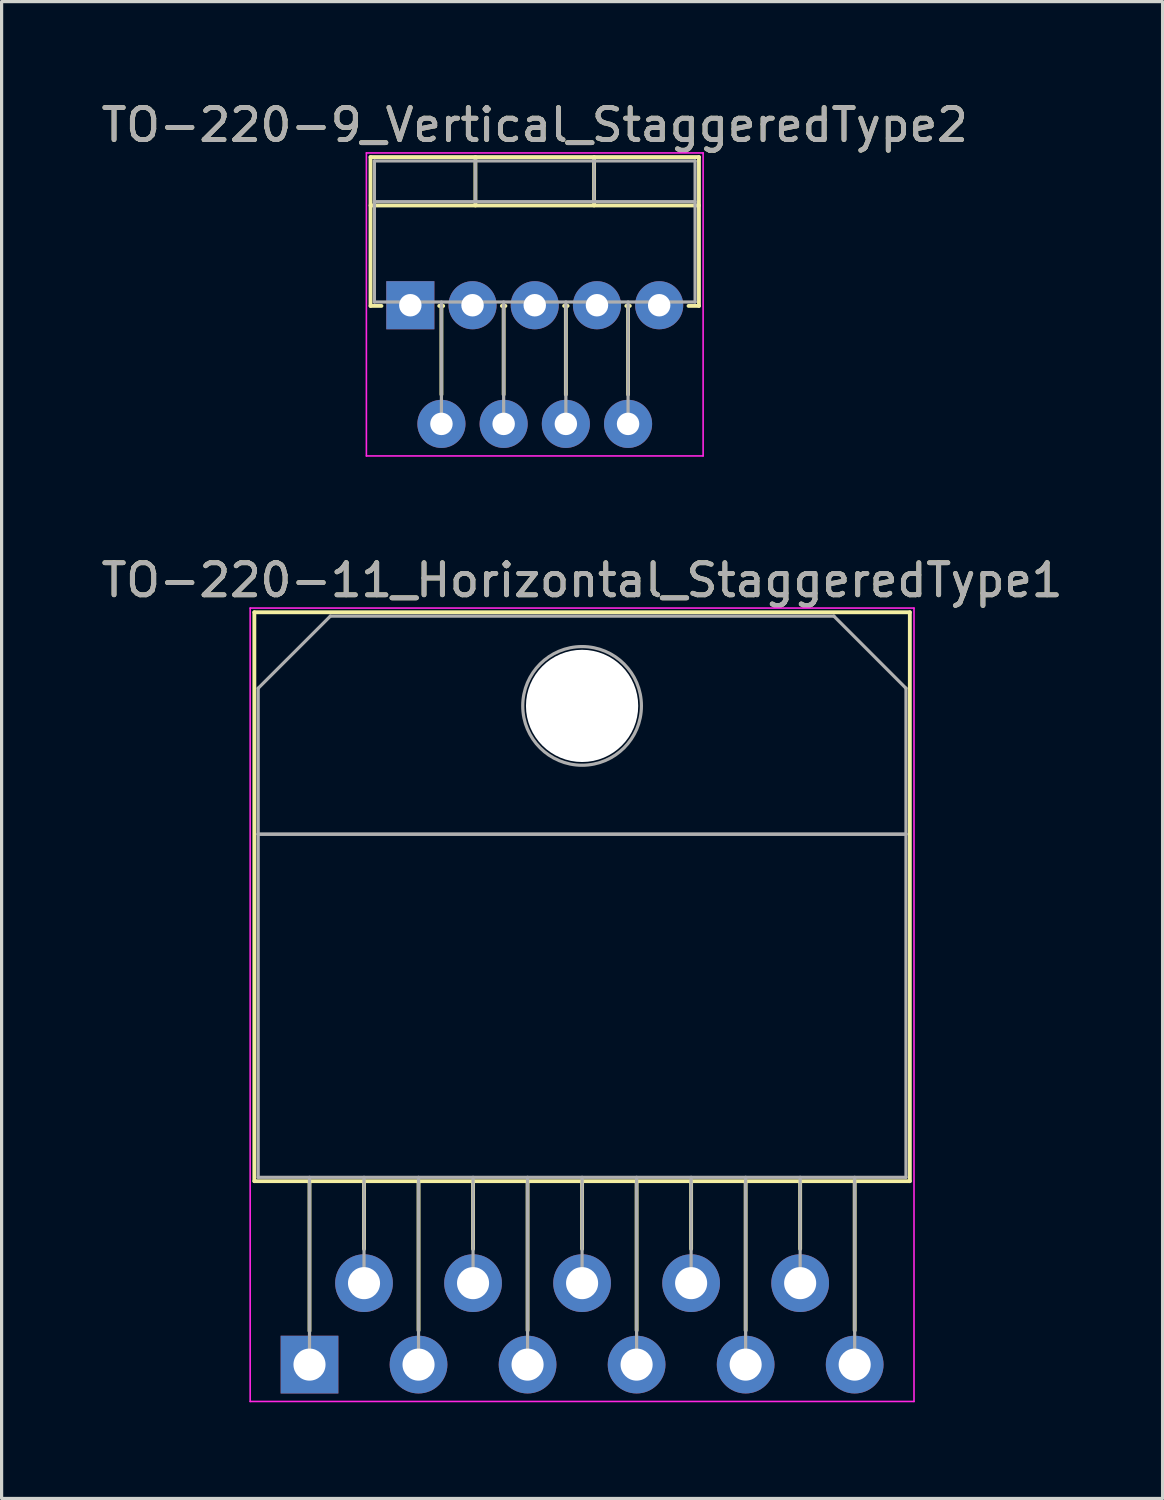
<source format=kicad_pcb>
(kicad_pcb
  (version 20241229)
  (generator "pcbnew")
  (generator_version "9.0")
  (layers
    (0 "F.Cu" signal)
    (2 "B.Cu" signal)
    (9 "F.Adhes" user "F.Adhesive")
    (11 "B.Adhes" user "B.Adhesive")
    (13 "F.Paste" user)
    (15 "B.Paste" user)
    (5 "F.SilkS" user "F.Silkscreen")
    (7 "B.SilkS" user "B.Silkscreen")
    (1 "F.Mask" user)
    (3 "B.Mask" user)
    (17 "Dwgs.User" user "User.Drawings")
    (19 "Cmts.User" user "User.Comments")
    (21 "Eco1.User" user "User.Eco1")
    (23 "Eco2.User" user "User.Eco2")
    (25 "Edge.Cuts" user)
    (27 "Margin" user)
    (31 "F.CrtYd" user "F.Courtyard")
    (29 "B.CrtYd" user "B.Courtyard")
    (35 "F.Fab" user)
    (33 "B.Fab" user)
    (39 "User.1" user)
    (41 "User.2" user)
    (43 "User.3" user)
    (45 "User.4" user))
  (footprint "TO-220-9_Vertical_StaggeredType2"
    (layer "F.Cu")
    (at 9.745 6.468)
    (property "Reference" "TO-220-9_Vertical_StaggeredType2" (at 3.88 -5.62 0) (layer "F.SilkS") (effects (font (size 1 1) (thickness 0.15))))
    (attr through_hole)
    (fp_line (start -1.241 -4.62) (end -1.241 0.021) (stroke (width 0.12) (type solid)) (layer "F.SilkS"))
    (fp_line (start -1.241 -4.62) (end 9 -4.62) (stroke (width 0.12) (type solid)) (layer "F.SilkS"))
    (fp_line (start -1.241 -3.111) (end 9 -3.111) (stroke (width 0.12) (type solid)) (layer "F.SilkS"))
    (fp_line (start -1.241 0.021) (end -0.9 0.021) (stroke (width 0.12) (type solid)) (layer "F.SilkS"))
    (fp_line (start 0.9 0.021) (end 1.025 0.021) (stroke (width 0.12) (type solid)) (layer "F.SilkS"))
    (fp_line (start 0.97 0.021) (end 0.97 2.785) (stroke (width 0.12) (type solid)) (layer "F.SilkS"))
    (fp_line (start 2.03 -4.62) (end 2.03 -3.111) (stroke (width 0.12) (type solid)) (layer "F.SilkS"))
    (fp_line (start 2.855 0.021) (end 2.965 0.021) (stroke (width 0.12) (type solid)) (layer "F.SilkS"))
    (fp_line (start 2.91 0.021) (end 2.91 2.785) (stroke (width 0.12) (type solid)) (layer "F.SilkS"))
    (fp_line (start 4.795 0.021) (end 4.905 0.021) (stroke (width 0.12) (type solid)) (layer "F.SilkS"))
    (fp_line (start 4.85 0.021) (end 4.85 2.785) (stroke (width 0.12) (type solid)) (layer "F.SilkS"))
    (fp_line (start 5.73 -4.62) (end 5.73 -3.111) (stroke (width 0.12) (type solid)) (layer "F.SilkS"))
    (fp_line (start 6.735 0.021) (end 6.845 0.021) (stroke (width 0.12) (type solid)) (layer "F.SilkS"))
    (fp_line (start 6.79 0.021) (end 6.79 2.785) (stroke (width 0.12) (type solid)) (layer "F.SilkS"))
    (fp_line (start 8.675 0.021) (end 9 0.021) (stroke (width 0.12) (type solid)) (layer "F.SilkS"))
    (fp_line (start 9 -4.62) (end 9 0.021) (stroke (width 0.12) (type solid)) (layer "F.SilkS"))
    (fp_line (start -1.37 -4.75) (end -1.37 4.7) (stroke (width 0.05) (type solid)) (layer "F.CrtYd"))
    (fp_line (start -1.37 4.7) (end 9.13 4.7) (stroke (width 0.05) (type solid)) (layer "F.CrtYd"))
    (fp_line (start 9.13 -4.75) (end -1.37 -4.75) (stroke (width 0.05) (type solid)) (layer "F.CrtYd"))
    (fp_line (start 9.13 4.7) (end 9.13 -4.75) (stroke (width 0.05) (type solid)) (layer "F.CrtYd"))
    (fp_line (start -1.12 -4.5) (end -1.12 -0.1) (stroke (width 0.1) (type solid)) (layer "F.Fab"))
    (fp_line (start -1.12 -3.23) (end 8.88 -3.23) (stroke (width 0.1) (type solid)) (layer "F.Fab"))
    (fp_line (start -1.12 -0.1) (end 8.88 -0.1) (stroke (width 0.1) (type solid)) (layer "F.Fab"))
    (fp_line (start 0 -0.1) (end 0 0) (stroke (width 0.1) (type solid)) (layer "F.Fab"))
    (fp_line (start 0.97 -0.1) (end 0.97 3.7) (stroke (width 0.1) (type solid)) (layer "F.Fab"))
    (fp_line (start 1.94 -0.1) (end 1.94 0) (stroke (width 0.1) (type solid)) (layer "F.Fab"))
    (fp_line (start 2.03 -4.5) (end 2.03 -3.23) (stroke (width 0.1) (type solid)) (layer "F.Fab"))
    (fp_line (start 2.91 -0.1) (end 2.91 3.7) (stroke (width 0.1) (type solid)) (layer "F.Fab"))
    (fp_line (start 3.88 -0.1) (end 3.88 0) (stroke (width 0.1) (type solid)) (layer "F.Fab"))
    (fp_line (start 4.85 -0.1) (end 4.85 3.7) (stroke (width 0.1) (type solid)) (layer "F.Fab"))
    (fp_line (start 5.73 -4.5) (end 5.73 -3.23) (stroke (width 0.1) (type solid)) (layer "F.Fab"))
    (fp_line (start 5.82 -0.1) (end 5.82 0) (stroke (width 0.1) (type solid)) (layer "F.Fab"))
    (fp_line (start 6.79 -0.1) (end 6.79 3.7) (stroke (width 0.1) (type solid)) (layer "F.Fab"))
    (fp_line (start 7.76 -0.1) (end 7.76 0) (stroke (width 0.1) (type solid)) (layer "F.Fab"))
    (fp_line (start 8.88 -4.5) (end -1.12 -4.5) (stroke (width 0.1) (type solid)) (layer "F.Fab"))
    (fp_line (start 8.88 -0.1) (end 8.88 -4.5) (stroke (width 0.1) (type solid)) (layer "F.Fab"))
    (fp_text user "${REFERENCE}" (at 3.88 -5.62 0) (layer "F.Fab") (effects (font (size 1 1) (thickness 0.15))))
    (pad "1" thru_hole rect (at 0 0) (size 1.5 1.5) (drill 0.7) (layers "*.Cu" "*.Mask"))
    (pad "2" thru_hole oval (at 0.97 3.7) (size 1.5 1.5) (drill 0.7) (layers "*.Cu" "*.Mask"))
    (pad "3" thru_hole oval (at 1.94 0) (size 1.5 1.5) (drill 0.7) (layers "*.Cu" "*.Mask"))
    (pad "4" thru_hole oval (at 2.91 3.7) (size 1.5 1.5) (drill 0.7) (layers "*.Cu" "*.Mask"))
    (pad "5" thru_hole oval (at 3.88 0) (size 1.5 1.5) (drill 0.7) (layers "*.Cu" "*.Mask"))
    (pad "6" thru_hole oval (at 4.85 3.7) (size 1.5 1.5) (drill 0.7) (layers "*.Cu" "*.Mask"))
    (pad "7" thru_hole oval (at 5.82 0) (size 1.5 1.5) (drill 0.7) (layers "*.Cu" "*.Mask"))
    (pad "8" thru_hole oval (at 6.79 3.7) (size 1.5 1.5) (drill 0.7) (layers "*.Cu" "*.Mask"))
    (pad "9" thru_hole oval (at 7.76 0) (size 1.5 1.5) (drill 0.7) (layers "*.Cu" "*.Mask")))
  (footprint "TO-220-11_Horizontal_StaggeredType1"
    (layer "F.Cu")
    (at 6.601 39.502)
    (property "Reference" "TO-220-11_Horizontal_StaggeredType1" (at 8.5 -24.46 0) (layer "F.SilkS") (effects (font (size 1 1) (thickness 0.15))))
    (attr through_hole)
    (fp_line (start -1.72 -23.46) (end -1.72 -5.72) (stroke (width 0.12) (type solid)) (layer "F.SilkS"))
    (fp_line (start -1.72 -23.46) (end 18.72 -23.46) (stroke (width 0.12) (type solid)) (layer "F.SilkS"))
    (fp_line (start -1.72 -5.72) (end 18.72 -5.72) (stroke (width 0.12) (type solid)) (layer "F.SilkS"))
    (fp_line (start 0 -5.72) (end 0 -1.05) (stroke (width 0.12) (type solid)) (layer "F.SilkS"))
    (fp_line (start 1.7 -5.72) (end 1.7 -3.606) (stroke (width 0.12) (type solid)) (layer "F.SilkS"))
    (fp_line (start 3.4 -5.72) (end 3.4 -1.065) (stroke (width 0.12) (type solid)) (layer "F.SilkS"))
    (fp_line (start 5.1 -5.72) (end 5.1 -3.606) (stroke (width 0.12) (type solid)) (layer "F.SilkS"))
    (fp_line (start 6.8 -5.72) (end 6.8 -1.065) (stroke (width 0.12) (type solid)) (layer "F.SilkS"))
    (fp_line (start 8.5 -5.72) (end 8.5 -3.606) (stroke (width 0.12) (type solid)) (layer "F.SilkS"))
    (fp_line (start 10.2 -5.72) (end 10.2 -1.065) (stroke (width 0.12) (type solid)) (layer "F.SilkS"))
    (fp_line (start 11.9 -5.72) (end 11.9 -3.606) (stroke (width 0.12) (type solid)) (layer "F.SilkS"))
    (fp_line (start 13.6 -5.72) (end 13.6 -1.065) (stroke (width 0.12) (type solid)) (layer "F.SilkS"))
    (fp_line (start 15.3 -5.72) (end 15.3 -3.606) (stroke (width 0.12) (type solid)) (layer "F.SilkS"))
    (fp_line (start 17 -5.72) (end 17 -1.065) (stroke (width 0.12) (type solid)) (layer "F.SilkS"))
    (fp_line (start 18.72 -23.46) (end 18.72 -5.72) (stroke (width 0.12) (type solid)) (layer "F.SilkS"))
    (fp_line (start -1.85 -23.59) (end -1.85 1.15) (stroke (width 0.05) (type solid)) (layer "F.CrtYd"))
    (fp_line (start -1.85 1.15) (end 18.85 1.15) (stroke (width 0.05) (type solid)) (layer "F.CrtYd"))
    (fp_line (start 18.85 -23.59) (end -1.85 -23.59) (stroke (width 0.05) (type solid)) (layer "F.CrtYd"))
    (fp_line (start 18.85 1.15) (end 18.85 -23.59) (stroke (width 0.05) (type solid)) (layer "F.CrtYd"))
    (fp_line (start -1.6 -21.09) (end 0.651 -23.34) (stroke (width 0.1) (type solid)) (layer "F.Fab"))
    (fp_line (start -1.6 -16.54) (end -1.6 -21.09) (stroke (width 0.1) (type solid)) (layer "F.Fab"))
    (fp_line (start -1.6 -16.54) (end 18.6 -16.54) (stroke (width 0.1) (type solid)) (layer "F.Fab"))
    (fp_line (start -1.6 -5.84) (end -1.6 -16.54) (stroke (width 0.1) (type solid)) (layer "F.Fab"))
    (fp_line (start 0 -5.84) (end 0 0) (stroke (width 0.1) (type solid)) (layer "F.Fab"))
    (fp_line (start 0.651 -23.34) (end 16.351 -23.34) (stroke (width 0.1) (type solid)) (layer "F.Fab"))
    (fp_line (start 1.7 -5.84) (end 1.7 -2.54) (stroke (width 0.1) (type solid)) (layer "F.Fab"))
    (fp_line (start 3.4 -5.84) (end 3.4 0) (stroke (width 0.1) (type solid)) (layer "F.Fab"))
    (fp_line (start 5.1 -5.84) (end 5.1 -2.54) (stroke (width 0.1) (type solid)) (layer "F.Fab"))
    (fp_line (start 6.8 -5.84) (end 6.8 0) (stroke (width 0.1) (type solid)) (layer "F.Fab"))
    (fp_line (start 8.5 -5.84) (end 8.5 -2.54) (stroke (width 0.1) (type solid)) (layer "F.Fab"))
    (fp_line (start 10.2 -5.84) (end 10.2 0) (stroke (width 0.1) (type solid)) (layer "F.Fab"))
    (fp_line (start 11.9 -5.84) (end 11.9 -2.54) (stroke (width 0.1) (type solid)) (layer "F.Fab"))
    (fp_line (start 13.6 -5.84) (end 13.6 0) (stroke (width 0.1) (type solid)) (layer "F.Fab"))
    (fp_line (start 15.3 -5.84) (end 15.3 -2.54) (stroke (width 0.1) (type solid)) (layer "F.Fab"))
    (fp_line (start 16.351 -23.34) (end 18.6 -21.09) (stroke (width 0.1) (type solid)) (layer "F.Fab"))
    (fp_line (start 17 -5.84) (end 17 0) (stroke (width 0.1) (type solid)) (layer "F.Fab"))
    (fp_line (start 18.6 -21.09) (end 18.6 -16.54) (stroke (width 0.1) (type solid)) (layer "F.Fab"))
    (fp_line (start 18.6 -16.54) (end -1.6 -16.54) (stroke (width 0.1) (type solid)) (layer "F.Fab"))
    (fp_line (start 18.6 -16.54) (end 18.6 -5.84) (stroke (width 0.1) (type solid)) (layer "F.Fab"))
    (fp_line (start 18.6 -5.84) (end -1.6 -5.84) (stroke (width 0.1) (type solid)) (layer "F.Fab"))
    (fp_circle (center 8.5 -20.54) (end 10.35 -20.54) (stroke (width 0.1) (type solid)) (fill no) (layer "F.Fab"))
    (fp_text user "${REFERENCE}" (at 8.5 -24.46 0) (layer "F.Fab") (effects (font (size 1 1) (thickness 0.15))))
    (pad "" np_thru_hole oval (at 8.5 -20.54) (size 3.5 3.5) (drill 3.5) (layers "*.Cu" "*.Mask"))
    (pad "1" thru_hole rect (at 0 0) (size 1.8 1.8) (drill 1) (layers "*.Cu" "*.Mask"))
    (pad "2" thru_hole oval (at 1.7 -2.54) (size 1.8 1.8) (drill 1) (layers "*.Cu" "*.Mask"))
    (pad "3" thru_hole oval (at 3.4 0) (size 1.8 1.8) (drill 1) (layers "*.Cu" "*.Mask"))
    (pad "4" thru_hole oval (at 5.1 -2.54) (size 1.8 1.8) (drill 1) (layers "*.Cu" "*.Mask"))
    (pad "5" thru_hole oval (at 6.8 0) (size 1.8 1.8) (drill 1) (layers "*.Cu" "*.Mask"))
    (pad "6" thru_hole oval (at 8.5 -2.54) (size 1.8 1.8) (drill 1) (layers "*.Cu" "*.Mask"))
    (pad "7" thru_hole oval (at 10.2 0) (size 1.8 1.8) (drill 1) (layers "*.Cu" "*.Mask"))
    (pad "8" thru_hole oval (at 11.9 -2.54) (size 1.8 1.8) (drill 1) (layers "*.Cu" "*.Mask"))
    (pad "9" thru_hole oval (at 13.6 0) (size 1.8 1.8) (drill 1) (layers "*.Cu" "*.Mask"))
    (pad "10" thru_hole oval (at 15.3 -2.54) (size 1.8 1.8) (drill 1) (layers "*.Cu" "*.Mask"))
    (pad "11" thru_hole oval (at 17 0) (size 1.8 1.8) (drill 1) (layers "*.Cu" "*.Mask")))
  (gr_rect
    (start -3 -3)
    (end 33.202 43.676)
    (stroke (width 0.1) (type default))
    (fill no)
    (layer "Edge.Cuts")))
</source>
